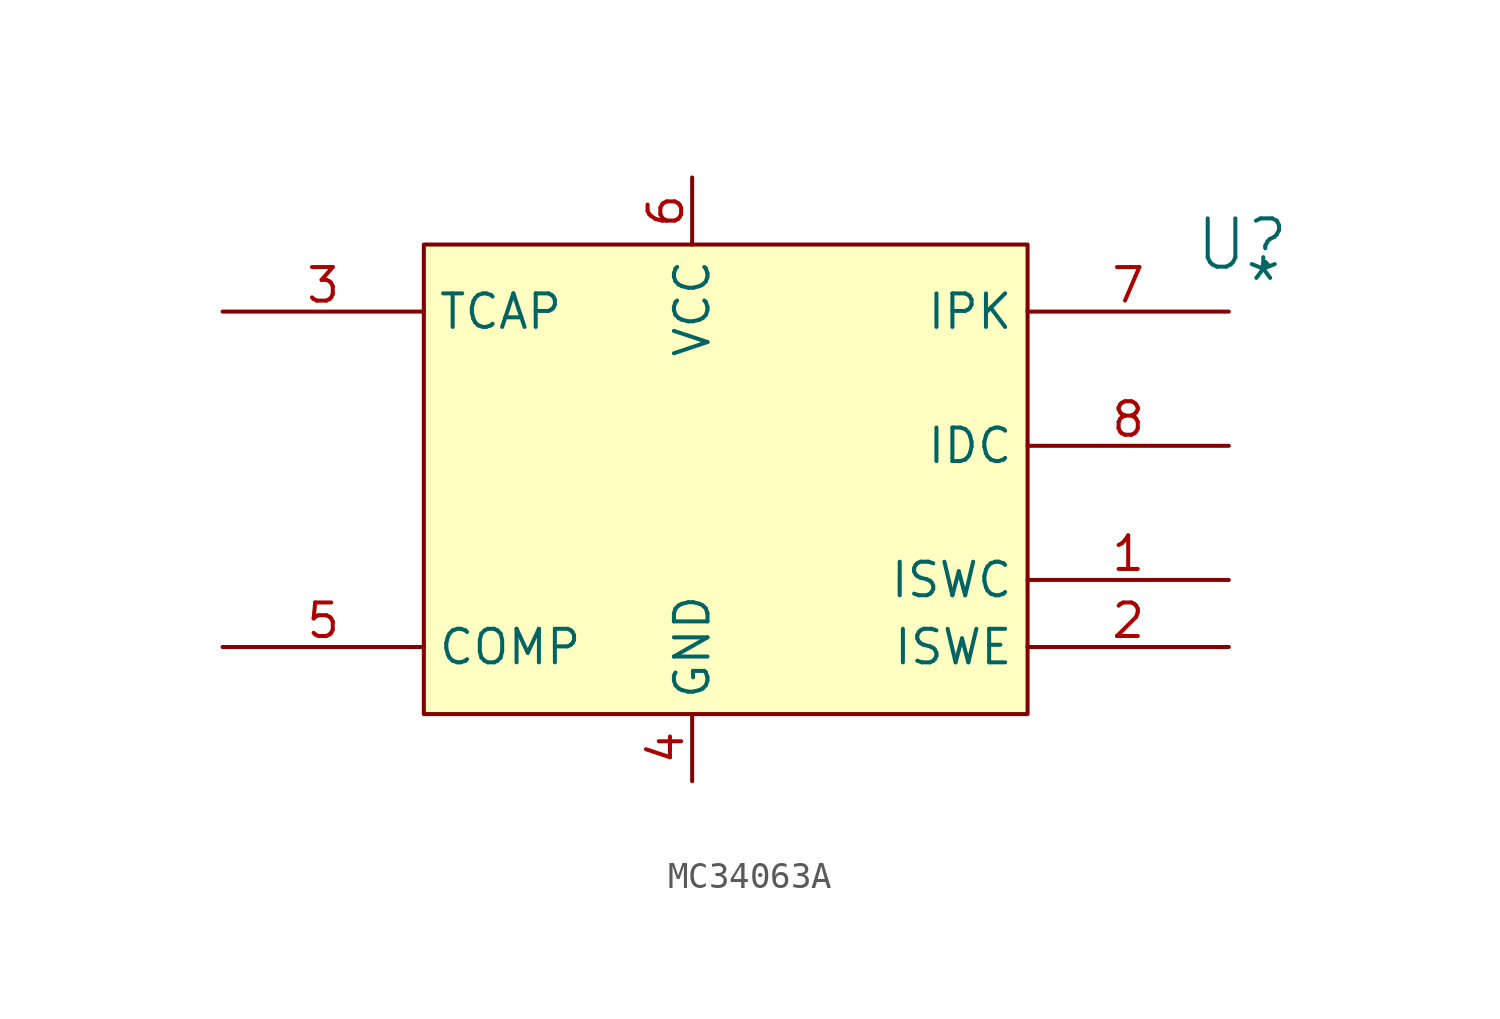
<source format=kicad_sym>
(kicad_symbol_lib
  (version 20241209)
  (generator "kicad_symbol_editor")
  (generator_version "9.0")
  (symbol "MC34063A"
    (property "Reference" "U"
      (at 30.988 0 0)
      (effects (font (size 1.829 1.829))))
    (property "Value" "*"
      (at 30.988 -2.54 0)
      (effects (font (size 1.829 1.829)) (justify left bottom)))
    (symbol "MC34063A_1_0"
      (rectangle (start 22.86 0) (end 0 -17.78) (stroke (width 0) (type solid) (color 128 0 0 1)) (fill (type background)))
      (pin passive line (at -7.62 -2.54 0) (length 7.62) (name "TCAP" (effects (font (size 1.27 1.27)))) (number "3" (effects (font (size 1.27 1.27)))))
      (pin input line (at -7.62 -15.24 0) (length 7.62) (name "COMP" (effects (font (size 1.27 1.27)))) (number "5" (effects (font (size 1.27 1.27)))))
      (pin passive line (at 10.16 2.54 270) (length 2.54) (name "VCC" (effects (font (size 1.27 1.27)))) (number "6" (effects (font (size 1.27 1.27)))))
      (pin passive line (at 10.16 -20.32 90) (length 2.54) (name "GND" (effects (font (size 1.27 1.27)))) (number "4" (effects (font (size 1.27 1.27)))))
      (pin passive line (at 30.48 -2.54 180) (length 7.62) (name "IPK" (effects (font (size 1.27 1.27)))) (number "7" (effects (font (size 1.27 1.27)))))
      (pin passive line (at 30.48 -7.62 180) (length 7.62) (name "IDC" (effects (font (size 1.27 1.27)))) (number "8" (effects (font (size 1.27 1.27)))))
      (pin output line (at 30.48 -12.7 180) (length 7.62) (name "ISWC" (effects (font (size 1.27 1.27)))) (number "1" (effects (font (size 1.27 1.27)))))
      (pin output line (at 30.48 -15.24 180) (length 7.62) (name "ISWE" (effects (font (size 1.27 1.27)))) (number "2" (effects (font (size 1.27 1.27))))))))
</source>
